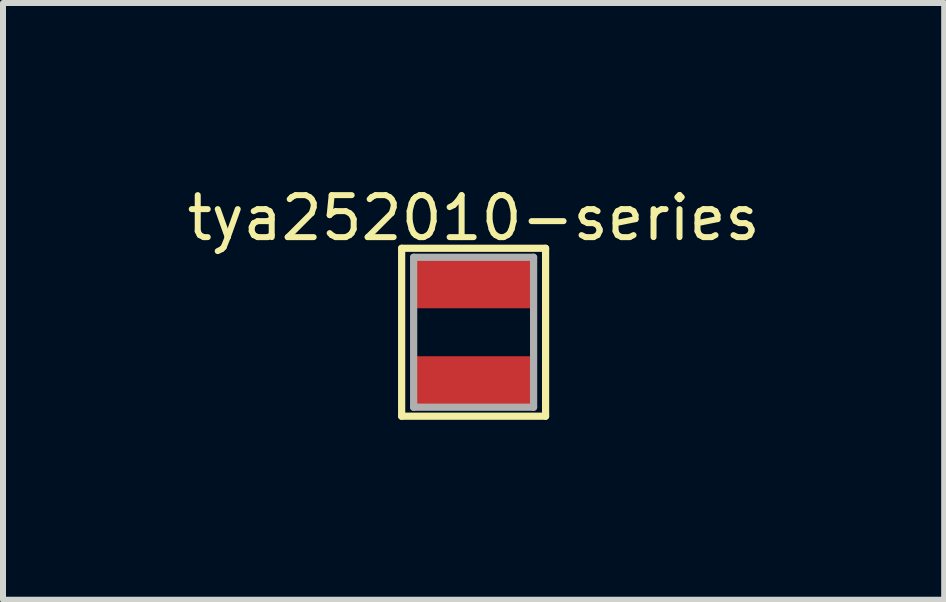
<source format=kicad_pcb>
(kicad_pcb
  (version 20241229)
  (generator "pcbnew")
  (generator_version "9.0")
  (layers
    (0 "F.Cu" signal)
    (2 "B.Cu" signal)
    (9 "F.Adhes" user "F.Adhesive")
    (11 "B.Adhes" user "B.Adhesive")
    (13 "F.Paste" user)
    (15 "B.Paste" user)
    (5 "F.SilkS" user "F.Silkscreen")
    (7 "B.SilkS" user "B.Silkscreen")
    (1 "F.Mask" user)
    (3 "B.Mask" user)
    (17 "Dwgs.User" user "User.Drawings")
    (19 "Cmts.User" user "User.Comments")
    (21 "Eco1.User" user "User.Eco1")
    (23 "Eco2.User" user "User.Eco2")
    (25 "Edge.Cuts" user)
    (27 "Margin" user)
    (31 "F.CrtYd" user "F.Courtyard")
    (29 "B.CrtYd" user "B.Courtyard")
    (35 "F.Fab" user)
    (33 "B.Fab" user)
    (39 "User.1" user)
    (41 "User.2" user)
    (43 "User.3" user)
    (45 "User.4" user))
  (footprint "tya252010-series"
    (layer "F.Cu")
    (at 4.847 2.49)
    (property "Reference" "tya252010-series" (at 0 -1.905 0) (layer "F.SilkS") (effects (font (size 0.7 0.7) (thickness 0.1))))
    (attr through_hole)
    (fp_line (start -1.2 -1.4) (end 1.2 -1.4) (stroke (width 0.12) (type solid)) (layer "F.SilkS"))
    (fp_line (start -1.2 1.4) (end -1.2 -1.4) (stroke (width 0.12) (type solid)) (layer "F.SilkS"))
    (fp_line (start 1.2 -1.4) (end 1.2 1.4) (stroke (width 0.12) (type solid)) (layer "F.SilkS"))
    (fp_line (start 1.2 1.4) (end -1.2 1.4) (stroke (width 0.12) (type solid)) (layer "F.SilkS"))
    (fp_line (start -1 -1.25) (end -1 1.25) (stroke (width 0.12) (type solid)) (layer "F.Fab"))
    (fp_line (start -1 -1.25) (end 1 -1.25) (stroke (width 0.12) (type solid)) (layer "F.Fab"))
    (fp_line (start -1 1.25) (end 1 1.25) (stroke (width 0.12) (type solid)) (layer "F.Fab"))
    (fp_line (start 1 -1.25) (end 1 1.25) (stroke (width 0.12) (type solid)) (layer "F.Fab"))
    (pad "1" smd rect (at 0 -0.825) (size 2 0.85) (layers "F.Cu" "F.Mask" "F.Paste"))
    (pad "2" smd rect (at 0 0.825) (size 2 0.85) (layers "F.Cu" "F.Mask" "F.Paste")))
  (gr_rect
    (start -3 -3)
    (end 12.693 6.95)
    (stroke (width 0.1) (type default))
    (fill no)
    (layer "Edge.Cuts")))
</source>
